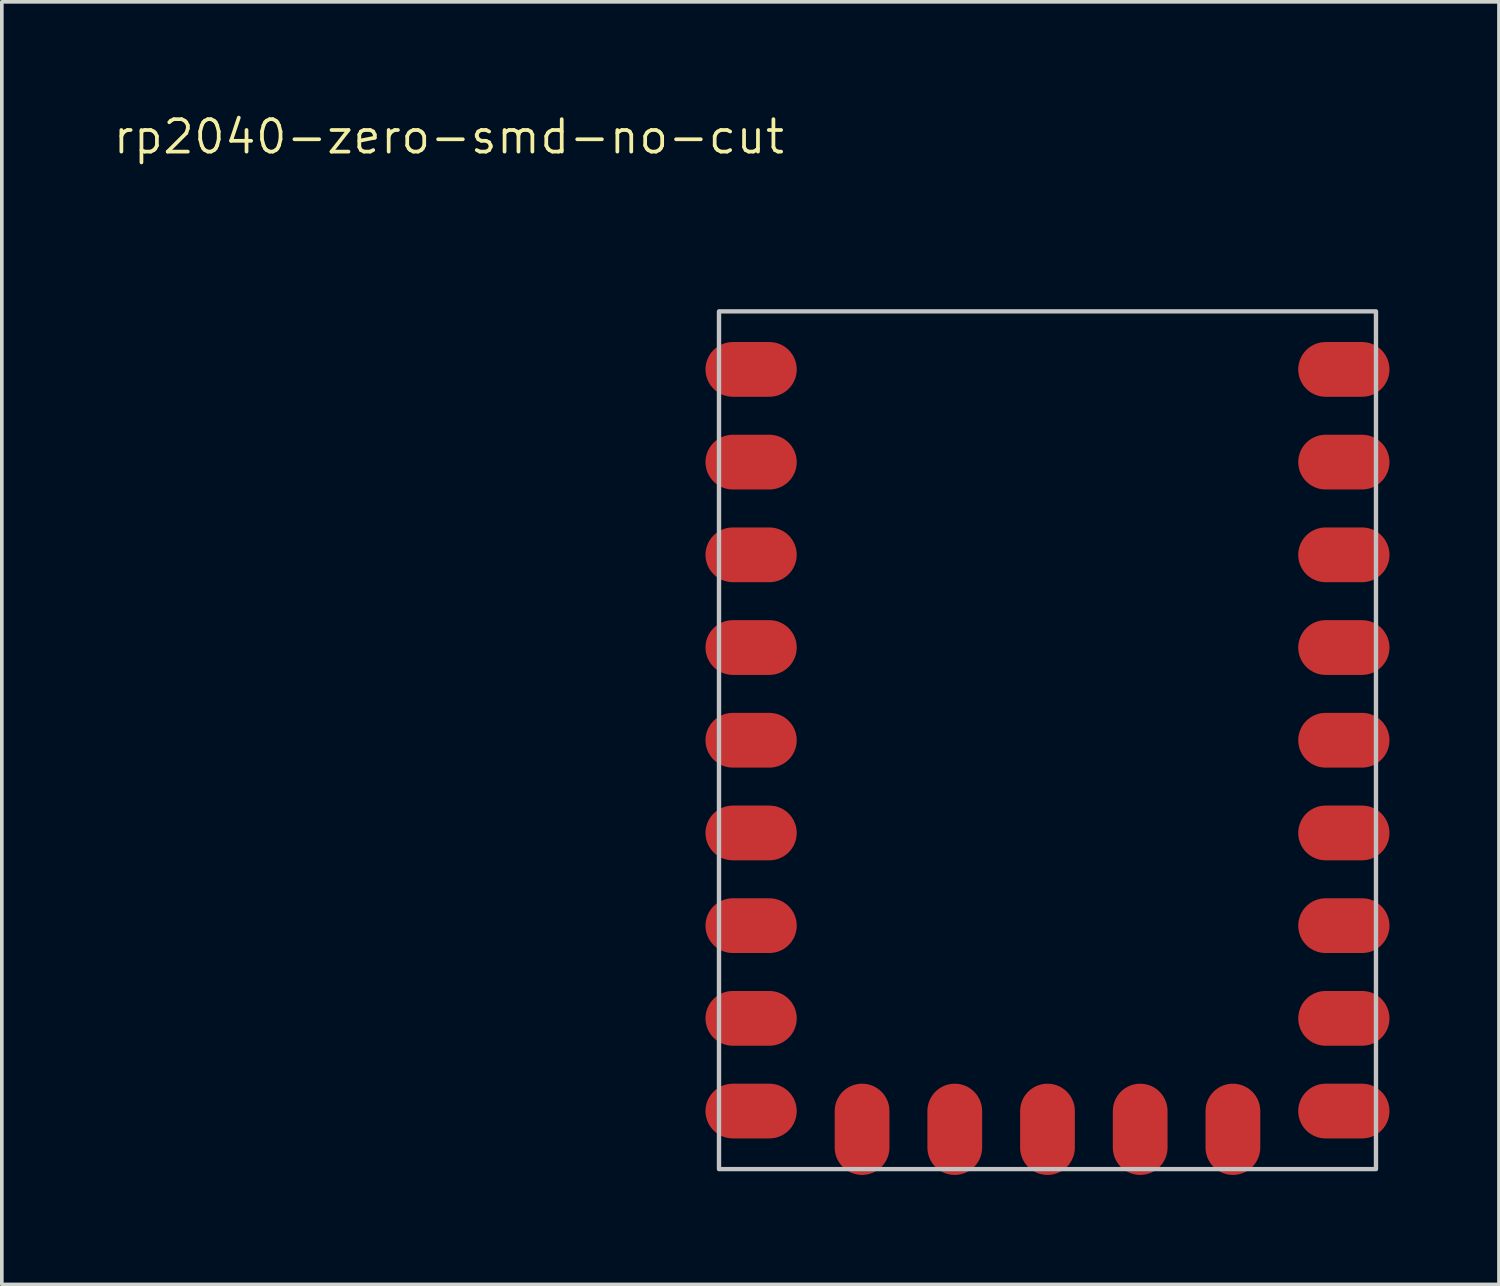
<source format=kicad_pcb>
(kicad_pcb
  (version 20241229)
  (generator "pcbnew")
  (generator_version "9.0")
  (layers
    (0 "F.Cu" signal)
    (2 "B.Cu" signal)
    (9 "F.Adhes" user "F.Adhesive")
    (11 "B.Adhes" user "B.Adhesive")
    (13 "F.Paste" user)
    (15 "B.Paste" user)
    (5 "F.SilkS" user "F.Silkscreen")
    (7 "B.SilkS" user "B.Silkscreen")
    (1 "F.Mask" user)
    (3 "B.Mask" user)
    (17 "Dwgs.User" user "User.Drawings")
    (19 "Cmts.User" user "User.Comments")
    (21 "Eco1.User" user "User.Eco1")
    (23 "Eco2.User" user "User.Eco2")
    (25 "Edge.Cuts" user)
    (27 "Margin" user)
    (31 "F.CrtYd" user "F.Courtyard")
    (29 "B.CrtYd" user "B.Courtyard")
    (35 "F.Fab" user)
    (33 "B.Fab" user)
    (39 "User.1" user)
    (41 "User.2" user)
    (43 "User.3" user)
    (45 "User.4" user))
  (footprint "rp2040-zero-smd-no-cut"
    (layer "F.Cu")
    (at 25.649 17.231)
    (property "Reference" "rp2040-zero-smd-no-cut" (at -16.399 -16.533 0) (layer "F.SilkS") (effects (font (size 0.889 0.889) (thickness 0.102))))
    (attr smd exclude_from_pos_files)
    (fp_rect (start -9 -11.75) (end 9 11.75) (stroke (width 0.12) (type solid)) (fill no) (layer "Dwgs.User"))
    (pad "1" smd oval (at 7.62 -10.16 180) (size 2.5 1.5) (drill (offset -0.5 0)) (layers "F.Cu" "F.Mask" "F.Paste"))
    (pad "2" smd oval (at 7.62 -7.62 180) (size 2.5 1.5) (drill (offset -0.5 0)) (layers "F.Cu" "F.Mask" "F.Paste"))
    (pad "3" smd oval (at 7.62 -5.08 180) (size 2.5 1.5) (drill (offset -0.5 0)) (layers "F.Cu" "F.Mask" "F.Paste"))
    (pad "4" smd oval (at 7.62 -2.54 180) (size 2.5 1.5) (drill (offset -0.5 0)) (layers "F.Cu" "F.Mask" "F.Paste"))
    (pad "5" smd oval (at 7.62 0 180) (size 2.5 1.5) (drill (offset -0.5 0)) (layers "F.Cu" "F.Mask" "F.Paste"))
    (pad "6" smd oval (at 7.62 2.54 180) (size 2.5 1.5) (drill (offset -0.5 0)) (layers "F.Cu" "F.Mask" "F.Paste"))
    (pad "7" smd oval (at 7.62 5.08 180) (size 2.5 1.5) (drill (offset -0.5 0)) (layers "F.Cu" "F.Mask" "F.Paste"))
    (pad "8" smd oval (at 7.62 7.62 180) (size 2.5 1.5) (drill (offset -0.5 0)) (layers "F.Cu" "F.Mask" "F.Paste"))
    (pad "9" smd oval (at 7.62 10.16 180) (size 2.5 1.5) (drill (offset -0.5 0)) (layers "F.Cu" "F.Mask" "F.Paste"))
    (pad "10" smd oval (at 5.08 10.16 90) (size 2.5 1.5) (drill (offset -0.5 0)) (layers "F.Cu" "F.Mask" "F.Paste"))
    (pad "11" smd oval (at 2.54 10.16 90) (size 2.5 1.5) (drill (offset -0.5 0)) (layers "F.Cu" "F.Mask" "F.Paste"))
    (pad "12" smd oval (at 0 10.16 90) (size 2.5 1.5) (drill (offset -0.5 0)) (layers "F.Cu" "F.Mask" "F.Paste"))
    (pad "13" smd oval (at -2.54 10.16 90) (size 2.5 1.5) (drill (offset -0.5 0)) (layers "F.Cu" "F.Mask" "F.Paste"))
    (pad "14" smd oval (at -5.08 10.16 90) (size 2.5 1.5) (drill (offset -0.5 0)) (layers "F.Cu" "F.Mask" "F.Paste"))
    (pad "15" smd oval (at -7.62 10.16) (size 2.5 1.5) (drill (offset -0.5 0)) (layers "F.Cu" "F.Mask" "F.Paste"))
    (pad "16" smd oval (at -7.62 7.62) (size 2.5 1.5) (drill (offset -0.5 0)) (layers "F.Cu" "F.Mask" "F.Paste"))
    (pad "17" smd oval (at -7.62 5.08) (size 2.5 1.5) (drill (offset -0.5 0)) (layers "F.Cu" "F.Mask" "F.Paste"))
    (pad "18" smd oval (at -7.62 2.54) (size 2.5 1.5) (drill (offset -0.5 0)) (layers "F.Cu" "F.Mask" "F.Paste"))
    (pad "19" smd oval (at -7.62 0) (size 2.5 1.5) (drill (offset -0.5 0)) (layers "F.Cu" "F.Mask" "F.Paste"))
    (pad "20" smd oval (at -7.62 -2.54) (size 2.5 1.5) (drill (offset -0.5 0)) (layers "F.Cu" "F.Mask" "F.Paste"))
    (pad "21" smd oval (at -7.62 -5.08) (size 2.5 1.5) (drill (offset -0.5 0)) (layers "F.Cu" "F.Mask" "F.Paste"))
    (pad "22" smd oval (at -7.62 -7.62) (size 2.5 1.5) (drill (offset -0.5 0)) (layers "F.Cu" "F.Mask" "F.Paste"))
    (pad "23" smd oval (at -7.62 -10.16) (size 2.5 1.5) (drill (offset -0.5 0)) (layers "F.Cu" "F.Mask" "F.Paste")))
  (gr_rect
    (start -3 -3)
    (end 38.019 32.141)
    (stroke (width 0.1) (type default))
    (fill no)
    (layer "Edge.Cuts")))
</source>
